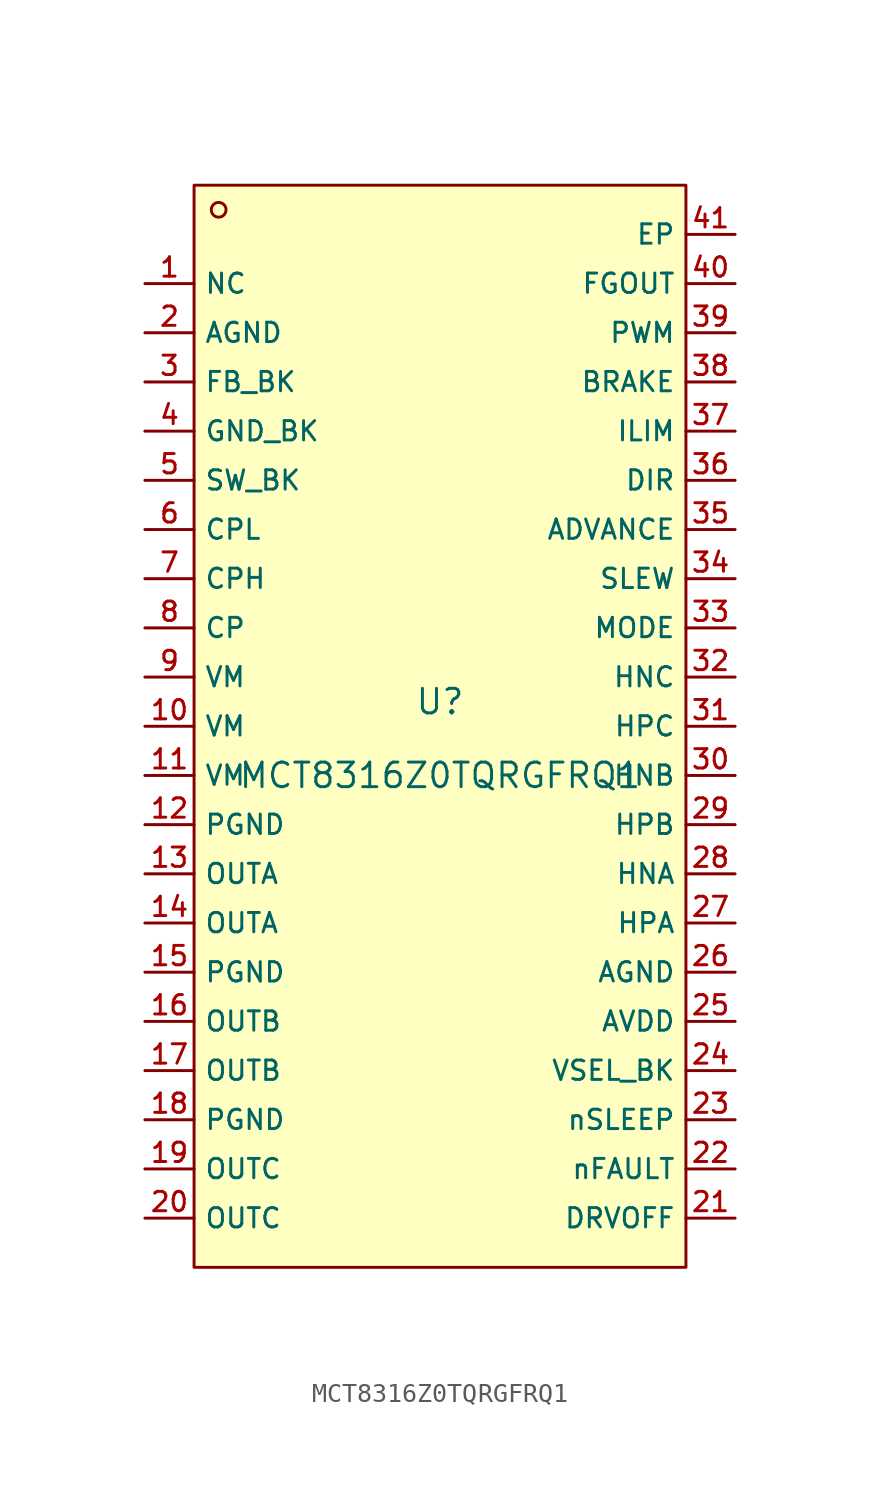
<source format=kicad_sym>
(kicad_symbol_lib
  (version 20231120)
  (generator "kicad_symbol_editor")
  (generator_version "8.0")
  (symbol "MCT8316Z0TQRGFRQ1"
    (property "Reference" "U"
      (at 0 1.27 0)
      (effects (font (size 1.27 1.27))))
    (property "Value" "MCT8316Z0TQRGFRQ1"
      (at 0 -2.54 0)
      (effects (font (size 1.27 1.27))))
    (symbol "MCT8316Z0TQRGFRQ1_0_1"
      (rectangle (start -12.7 27.94) (end 12.7 -27.94) (stroke (width 0) (type default)) (fill (type background)))
      (circle (center -11.43 26.67) (radius 0.381) (stroke (width 0) (type default)) (fill (type background)))
      (pin unspecified line (at -15.24 22.86 0) (length 2.54) (name "NC" (effects (font (size 1 1)))) (number "1" (effects (font (size 1 1)))))
      (pin unspecified line (at -15.24 0 0) (length 2.54) (name "VM" (effects (font (size 1 1)))) (number "10" (effects (font (size 1 1)))))
      (pin unspecified line (at -15.24 -2.54 0) (length 2.54) (name "VM" (effects (font (size 1 1)))) (number "11" (effects (font (size 1 1)))))
      (pin unspecified line (at -15.24 -5.08 0) (length 2.54) (name "PGND" (effects (font (size 1 1)))) (number "12" (effects (font (size 1 1)))))
      (pin unspecified line (at -15.24 -7.62 0) (length 2.54) (name "OUTA" (effects (font (size 1 1)))) (number "13" (effects (font (size 1 1)))))
      (pin unspecified line (at -15.24 -10.16 0) (length 2.54) (name "OUTA" (effects (font (size 1 1)))) (number "14" (effects (font (size 1 1)))))
      (pin unspecified line (at -15.24 -12.7 0) (length 2.54) (name "PGND" (effects (font (size 1 1)))) (number "15" (effects (font (size 1 1)))))
      (pin unspecified line (at -15.24 -15.24 0) (length 2.54) (name "OUTB" (effects (font (size 1 1)))) (number "16" (effects (font (size 1 1)))))
      (pin unspecified line (at -15.24 -17.78 0) (length 2.54) (name "OUTB" (effects (font (size 1 1)))) (number "17" (effects (font (size 1 1)))))
      (pin unspecified line (at -15.24 -20.32 0) (length 2.54) (name "PGND" (effects (font (size 1 1)))) (number "18" (effects (font (size 1 1)))))
      (pin unspecified line (at -15.24 -22.86 0) (length 2.54) (name "OUTC" (effects (font (size 1 1)))) (number "19" (effects (font (size 1 1)))))
      (pin unspecified line (at -15.24 20.32 0) (length 2.54) (name "AGND" (effects (font (size 1 1)))) (number "2" (effects (font (size 1 1)))))
      (pin unspecified line (at -15.24 -25.4 0) (length 2.54) (name "OUTC" (effects (font (size 1 1)))) (number "20" (effects (font (size 1 1)))))
      (pin unspecified line (at 15.24 -25.4 180) (length 2.54) (name "DRVOFF" (effects (font (size 1 1)))) (number "21" (effects (font (size 1 1)))))
      (pin unspecified line (at 15.24 -22.86 180) (length 2.54) (name "nFAULT" (effects (font (size 1 1)))) (number "22" (effects (font (size 1 1)))))
      (pin unspecified line (at 15.24 -20.32 180) (length 2.54) (name "nSLEEP" (effects (font (size 1 1)))) (number "23" (effects (font (size 1 1)))))
      (pin unspecified line (at 15.24 -17.78 180) (length 2.54) (name "VSEL_BK" (effects (font (size 1 1)))) (number "24" (effects (font (size 1 1)))))
      (pin unspecified line (at 15.24 -15.24 180) (length 2.54) (name "AVDD" (effects (font (size 1 1)))) (number "25" (effects (font (size 1 1)))))
      (pin unspecified line (at 15.24 -12.7 180) (length 2.54) (name "AGND" (effects (font (size 1 1)))) (number "26" (effects (font (size 1 1)))))
      (pin unspecified line (at 15.24 -10.16 180) (length 2.54) (name "HPA" (effects (font (size 1 1)))) (number "27" (effects (font (size 1 1)))))
      (pin unspecified line (at 15.24 -7.62 180) (length 2.54) (name "HNA" (effects (font (size 1 1)))) (number "28" (effects (font (size 1 1)))))
      (pin unspecified line (at 15.24 -5.08 180) (length 2.54) (name "HPB" (effects (font (size 1 1)))) (number "29" (effects (font (size 1 1)))))
      (pin unspecified line (at -15.24 17.78 0) (length 2.54) (name "FB_BK" (effects (font (size 1 1)))) (number "3" (effects (font (size 1 1)))))
      (pin unspecified line (at 15.24 -2.54 180) (length 2.54) (name "HNB" (effects (font (size 1 1)))) (number "30" (effects (font (size 1 1)))))
      (pin unspecified line (at 15.24 0 180) (length 2.54) (name "HPC" (effects (font (size 1 1)))) (number "31" (effects (font (size 1 1)))))
      (pin unspecified line (at 15.24 2.54 180) (length 2.54) (name "HNC" (effects (font (size 1 1)))) (number "32" (effects (font (size 1 1)))))
      (pin unspecified line (at 15.24 5.08 180) (length 2.54) (name "MODE" (effects (font (size 1 1)))) (number "33" (effects (font (size 1 1)))))
      (pin unspecified line (at 15.24 7.62 180) (length 2.54) (name "SLEW" (effects (font (size 1 1)))) (number "34" (effects (font (size 1 1)))))
      (pin unspecified line (at 15.24 10.16 180) (length 2.54) (name "ADVANCE" (effects (font (size 1 1)))) (number "35" (effects (font (size 1 1)))))
      (pin unspecified line (at 15.24 12.7 180) (length 2.54) (name "DIR" (effects (font (size 1 1)))) (number "36" (effects (font (size 1 1)))))
      (pin unspecified line (at 15.24 15.24 180) (length 2.54) (name "ILIM" (effects (font (size 1 1)))) (number "37" (effects (font (size 1 1)))))
      (pin unspecified line (at 15.24 17.78 180) (length 2.54) (name "BRAKE" (effects (font (size 1 1)))) (number "38" (effects (font (size 1 1)))))
      (pin unspecified line (at 15.24 20.32 180) (length 2.54) (name "PWM" (effects (font (size 1 1)))) (number "39" (effects (font (size 1 1)))))
      (pin unspecified line (at -15.24 15.24 0) (length 2.54) (name "GND_BK" (effects (font (size 1 1)))) (number "4" (effects (font (size 1 1)))))
      (pin unspecified line (at 15.24 22.86 180) (length 2.54) (name "FGOUT" (effects (font (size 1 1)))) (number "40" (effects (font (size 1 1)))))
      (pin unspecified line (at 15.24 25.4 180) (length 2.54) (name "EP" (effects (font (size 1 1)))) (number "41" (effects (font (size 1 1)))))
      (pin unspecified line (at -15.24 12.7 0) (length 2.54) (name "SW_BK" (effects (font (size 1 1)))) (number "5" (effects (font (size 1 1)))))
      (pin unspecified line (at -15.24 10.16 0) (length 2.54) (name "CPL" (effects (font (size 1 1)))) (number "6" (effects (font (size 1 1)))))
      (pin unspecified line (at -15.24 7.62 0) (length 2.54) (name "CPH" (effects (font (size 1 1)))) (number "7" (effects (font (size 1 1)))))
      (pin unspecified line (at -15.24 5.08 0) (length 2.54) (name "CP" (effects (font (size 1 1)))) (number "8" (effects (font (size 1 1)))))
      (pin unspecified line (at -15.24 2.54 0) (length 2.54) (name "VM" (effects (font (size 1 1)))) (number "9" (effects (font (size 1 1))))))))
</source>
